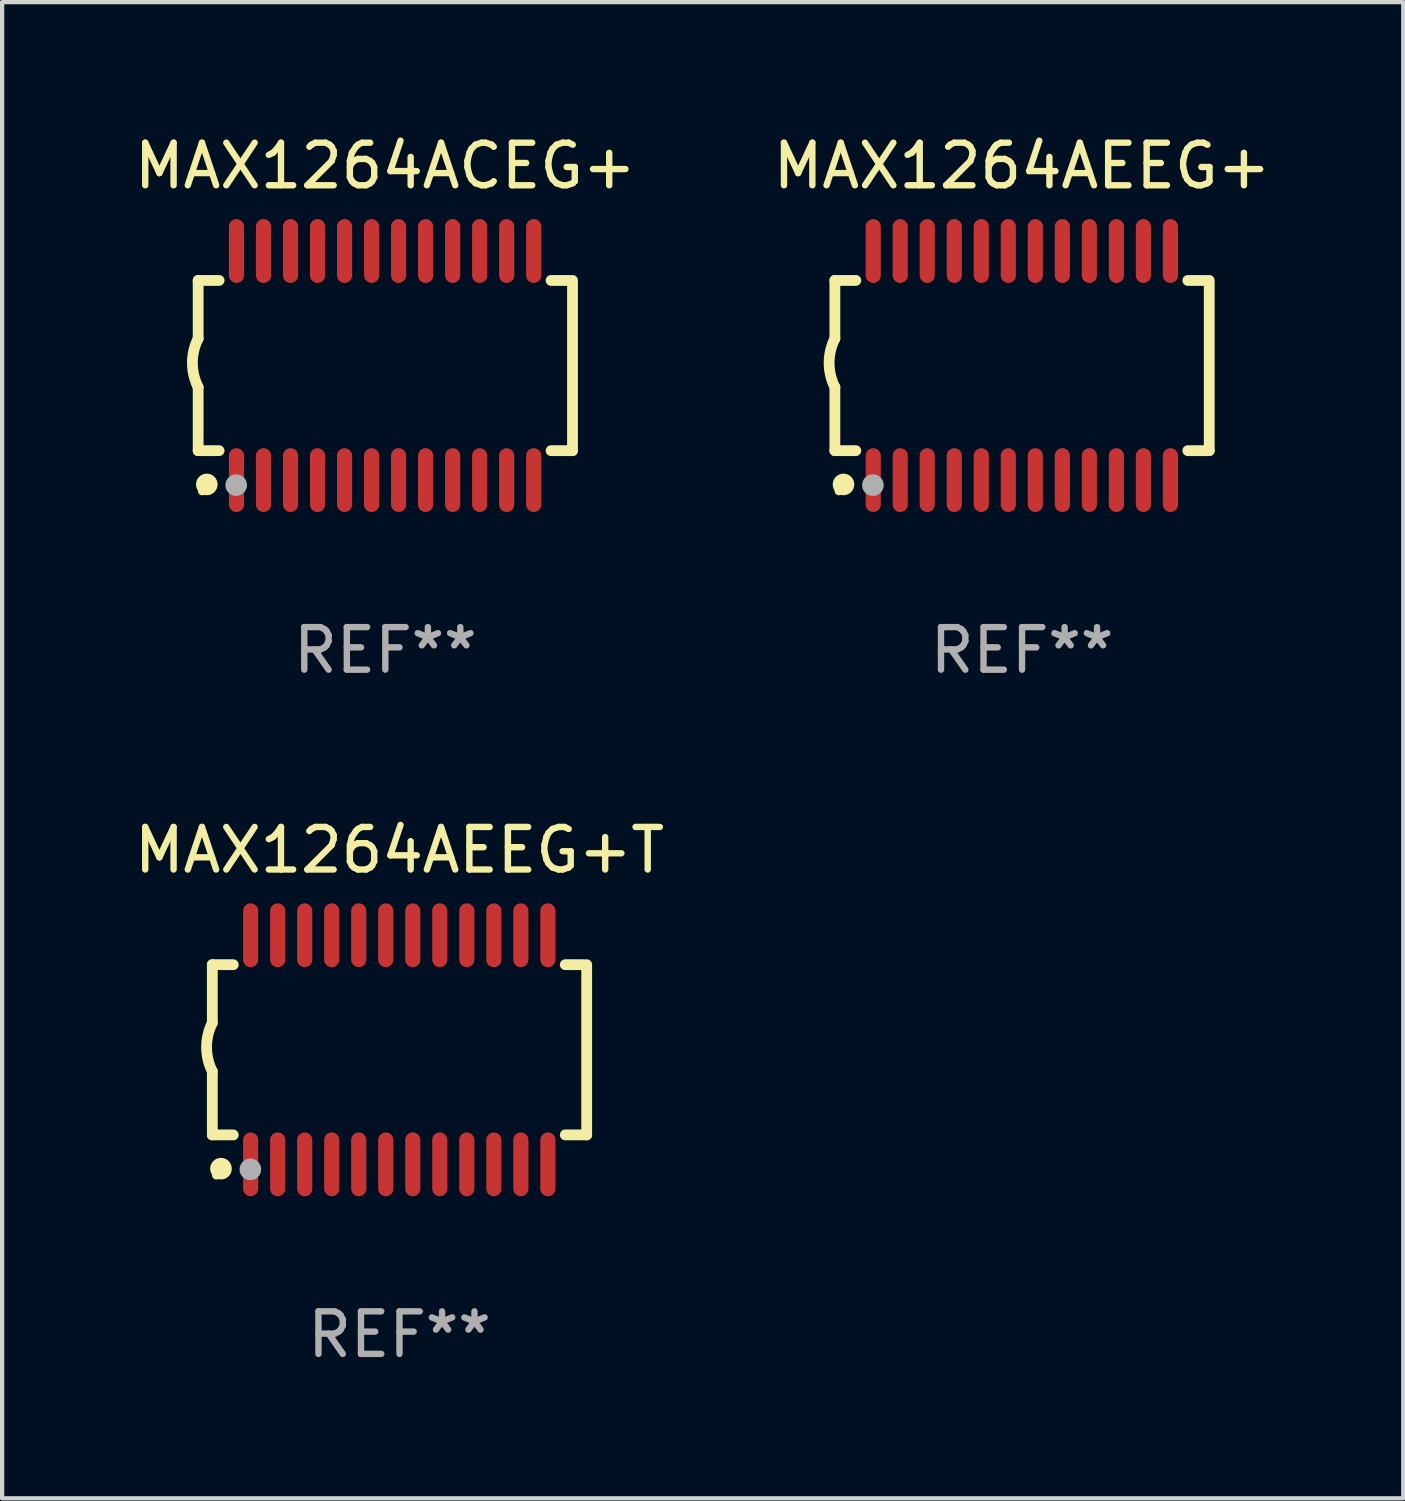
<source format=kicad_pcb>
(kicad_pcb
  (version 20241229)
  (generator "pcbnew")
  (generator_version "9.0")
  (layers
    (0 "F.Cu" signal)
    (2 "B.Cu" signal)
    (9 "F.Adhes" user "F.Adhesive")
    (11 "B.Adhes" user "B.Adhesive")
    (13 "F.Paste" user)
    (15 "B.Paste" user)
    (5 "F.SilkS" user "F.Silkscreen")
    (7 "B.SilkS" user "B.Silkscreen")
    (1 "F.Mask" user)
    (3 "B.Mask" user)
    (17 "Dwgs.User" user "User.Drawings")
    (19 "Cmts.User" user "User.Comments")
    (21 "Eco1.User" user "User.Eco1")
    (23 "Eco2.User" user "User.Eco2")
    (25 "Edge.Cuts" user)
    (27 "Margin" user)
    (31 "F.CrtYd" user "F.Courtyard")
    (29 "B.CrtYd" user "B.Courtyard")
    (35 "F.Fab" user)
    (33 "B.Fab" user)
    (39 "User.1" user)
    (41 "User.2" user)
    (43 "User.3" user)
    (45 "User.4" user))
  (footprint "MAX1264ACEG+"
    (layer "F.Cu")
    (at 6.006 5.541)
    (property "Reference" "MAX1264ACEG+" (at 0 -4.692 0) (layer "F.SilkS") (effects (font (size 1 1) (thickness 0.15))))
    (attr through_hole)
    (fp_line (start -4.399 -2) (end -4.399 -0.635) (stroke (width 0.254) (type solid)) (layer "F.SilkS"))
    (fp_line (start -4.399 -2) (end -3.907 -2) (stroke (width 0.254) (type solid)) (layer "F.SilkS"))
    (fp_line (start -4.399 2) (end -4.399 0.508) (stroke (width 0.254) (type solid)) (layer "F.SilkS"))
    (fp_line (start -4.399 2) (end -3.907 2) (stroke (width 0.254) (type solid)) (layer "F.SilkS"))
    (fp_line (start 3.896 -2) (end 4.313 -2) (stroke (width 0.254) (type solid)) (layer "F.SilkS"))
    (fp_line (start 3.896 2) (end 4.399 2) (stroke (width 0.254) (type solid)) (layer "F.SilkS"))
    (fp_line (start 4.399 2) (end 4.399 -2) (stroke (width 0.254) (type solid)) (layer "F.SilkS"))
    (fp_arc (start -4.399301 0.508001) (mid -4.534214 -0.0635) (end -4.399301 -0.635001) (stroke (width 0.254001) (type solid)) (layer "F.SilkS"))
    (fp_circle (center -4.305 2.95) (end -4.255 2.95) (stroke (width 0.1) (type solid)) (fill no) (layer "F.SilkS"))
    (fp_circle (center -4.196 2.794) (end -4.069 2.794) (stroke (width 0.254) (type solid)) (fill no) (layer "F.SilkS"))
    (fp_circle (center -3.505 2.81) (end -3.378 2.81) (stroke (width 0.254) (type solid)) (fill no) (layer "F.Fab"))
    (fp_text user "REF**" (at 0 6.692 0) (layer "F.Fab") (effects (font (size 1 1) (thickness 0.15))))
    (pad "1" smd oval (at -3.498 2.692 90) (size 1.5 0.356) (layers "F.Cu" "F.Mask" "F.Paste"))
    (pad "2" smd oval (at -2.863 2.692 90) (size 1.5 0.356) (layers "F.Cu" "F.Mask" "F.Paste"))
    (pad "3" smd oval (at -2.228 2.692 90) (size 1.5 0.356) (layers "F.Cu" "F.Mask" "F.Paste"))
    (pad "4" smd oval (at -1.593 2.692 90) (size 1.5 0.356) (layers "F.Cu" "F.Mask" "F.Paste"))
    (pad "5" smd oval (at -0.958 2.692 90) (size 1.5 0.356) (layers "F.Cu" "F.Mask" "F.Paste"))
    (pad "6" smd oval (at -0.323 2.692 90) (size 1.5 0.356) (layers "F.Cu" "F.Mask" "F.Paste"))
    (pad "7" smd oval (at 0.312 2.692 90) (size 1.5 0.356) (layers "F.Cu" "F.Mask" "F.Paste"))
    (pad "8" smd oval (at 0.947 2.692 90) (size 1.5 0.356) (layers "F.Cu" "F.Mask" "F.Paste"))
    (pad "9" smd oval (at 1.582 2.692 90) (size 1.5 0.356) (layers "F.Cu" "F.Mask" "F.Paste"))
    (pad "10" smd oval (at 2.217 2.692 90) (size 1.5 0.356) (layers "F.Cu" "F.Mask" "F.Paste"))
    (pad "11" smd oval (at 2.852 2.692 90) (size 1.5 0.356) (layers "F.Cu" "F.Mask" "F.Paste"))
    (pad "12" smd oval (at 3.487 2.692 90) (size 1.5 0.356) (layers "F.Cu" "F.Mask" "F.Paste"))
    (pad "13" smd oval (at 3.487 -2.692 90) (size 1.5 0.356) (layers "F.Cu" "F.Mask" "F.Paste"))
    (pad "14" smd oval (at 2.852 -2.692 90) (size 1.5 0.356) (layers "F.Cu" "F.Mask" "F.Paste"))
    (pad "15" smd oval (at 2.217 -2.692 90) (size 1.5 0.356) (layers "F.Cu" "F.Mask" "F.Paste"))
    (pad "16" smd oval (at 1.582 -2.692 90) (size 1.5 0.356) (layers "F.Cu" "F.Mask" "F.Paste"))
    (pad "17" smd oval (at 0.947 -2.692 90) (size 1.5 0.356) (layers "F.Cu" "F.Mask" "F.Paste"))
    (pad "18" smd oval (at 0.312 -2.692 90) (size 1.5 0.356) (layers "F.Cu" "F.Mask" "F.Paste"))
    (pad "19" smd oval (at -0.323 -2.692 90) (size 1.5 0.356) (layers "F.Cu" "F.Mask" "F.Paste"))
    (pad "20" smd oval (at -0.958 -2.692 90) (size 1.5 0.356) (layers "F.Cu" "F.Mask" "F.Paste"))
    (pad "21" smd oval (at -1.593 -2.692 90) (size 1.5 0.356) (layers "F.Cu" "F.Mask" "F.Paste"))
    (pad "22" smd oval (at -2.228 -2.692 90) (size 1.5 0.356) (layers "F.Cu" "F.Mask" "F.Paste"))
    (pad "23" smd oval (at -2.863 -2.692 90) (size 1.5 0.356) (layers "F.Cu" "F.Mask" "F.Paste"))
    (pad "24" smd oval (at -3.498 -2.692 90) (size 1.5 0.356) (layers "F.Cu" "F.Mask" "F.Paste")))
  (footprint "MAX1264AEEG+"
    (layer "F.Cu")
    (at 20.97 5.541)
    (property "Reference" "MAX1264AEEG+" (at 0 -4.692 0) (layer "F.SilkS") (effects (font (size 1 1) (thickness 0.15))))
    (attr through_hole)
    (fp_line (start -4.399 -2) (end -4.399 -0.635) (stroke (width 0.254) (type solid)) (layer "F.SilkS"))
    (fp_line (start -4.399 -2) (end -3.907 -2) (stroke (width 0.254) (type solid)) (layer "F.SilkS"))
    (fp_line (start -4.399 2) (end -4.399 0.508) (stroke (width 0.254) (type solid)) (layer "F.SilkS"))
    (fp_line (start -4.399 2) (end -3.907 2) (stroke (width 0.254) (type solid)) (layer "F.SilkS"))
    (fp_line (start 3.896 -2) (end 4.313 -2) (stroke (width 0.254) (type solid)) (layer "F.SilkS"))
    (fp_line (start 3.896 2) (end 4.399 2) (stroke (width 0.254) (type solid)) (layer "F.SilkS"))
    (fp_line (start 4.399 2) (end 4.399 -2) (stroke (width 0.254) (type solid)) (layer "F.SilkS"))
    (fp_arc (start -4.399301 0.508001) (mid -4.534214 -0.0635) (end -4.399301 -0.635001) (stroke (width 0.254001) (type solid)) (layer "F.SilkS"))
    (fp_circle (center -4.305 2.95) (end -4.255 2.95) (stroke (width 0.1) (type solid)) (fill no) (layer "F.SilkS"))
    (fp_circle (center -4.196 2.794) (end -4.069 2.794) (stroke (width 0.254) (type solid)) (fill no) (layer "F.SilkS"))
    (fp_circle (center -3.505 2.81) (end -3.378 2.81) (stroke (width 0.254) (type solid)) (fill no) (layer "F.Fab"))
    (fp_text user "REF**" (at 0 6.692 0) (layer "F.Fab") (effects (font (size 1 1) (thickness 0.15))))
    (pad "1" smd oval (at -3.498 2.692 90) (size 1.5 0.356) (layers "F.Cu" "F.Mask" "F.Paste"))
    (pad "2" smd oval (at -2.863 2.692 90) (size 1.5 0.356) (layers "F.Cu" "F.Mask" "F.Paste"))
    (pad "3" smd oval (at -2.228 2.692 90) (size 1.5 0.356) (layers "F.Cu" "F.Mask" "F.Paste"))
    (pad "4" smd oval (at -1.593 2.692 90) (size 1.5 0.356) (layers "F.Cu" "F.Mask" "F.Paste"))
    (pad "5" smd oval (at -0.958 2.692 90) (size 1.5 0.356) (layers "F.Cu" "F.Mask" "F.Paste"))
    (pad "6" smd oval (at -0.323 2.692 90) (size 1.5 0.356) (layers "F.Cu" "F.Mask" "F.Paste"))
    (pad "7" smd oval (at 0.312 2.692 90) (size 1.5 0.356) (layers "F.Cu" "F.Mask" "F.Paste"))
    (pad "8" smd oval (at 0.947 2.692 90) (size 1.5 0.356) (layers "F.Cu" "F.Mask" "F.Paste"))
    (pad "9" smd oval (at 1.582 2.692 90) (size 1.5 0.356) (layers "F.Cu" "F.Mask" "F.Paste"))
    (pad "10" smd oval (at 2.217 2.692 90) (size 1.5 0.356) (layers "F.Cu" "F.Mask" "F.Paste"))
    (pad "11" smd oval (at 2.852 2.692 90) (size 1.5 0.356) (layers "F.Cu" "F.Mask" "F.Paste"))
    (pad "12" smd oval (at 3.487 2.692 90) (size 1.5 0.356) (layers "F.Cu" "F.Mask" "F.Paste"))
    (pad "13" smd oval (at 3.487 -2.692 90) (size 1.5 0.356) (layers "F.Cu" "F.Mask" "F.Paste"))
    (pad "14" smd oval (at 2.852 -2.692 90) (size 1.5 0.356) (layers "F.Cu" "F.Mask" "F.Paste"))
    (pad "15" smd oval (at 2.217 -2.692 90) (size 1.5 0.356) (layers "F.Cu" "F.Mask" "F.Paste"))
    (pad "16" smd oval (at 1.582 -2.692 90) (size 1.5 0.356) (layers "F.Cu" "F.Mask" "F.Paste"))
    (pad "17" smd oval (at 0.947 -2.692 90) (size 1.5 0.356) (layers "F.Cu" "F.Mask" "F.Paste"))
    (pad "18" smd oval (at 0.312 -2.692 90) (size 1.5 0.356) (layers "F.Cu" "F.Mask" "F.Paste"))
    (pad "19" smd oval (at -0.323 -2.692 90) (size 1.5 0.356) (layers "F.Cu" "F.Mask" "F.Paste"))
    (pad "20" smd oval (at -0.958 -2.692 90) (size 1.5 0.356) (layers "F.Cu" "F.Mask" "F.Paste"))
    (pad "21" smd oval (at -1.593 -2.692 90) (size 1.5 0.356) (layers "F.Cu" "F.Mask" "F.Paste"))
    (pad "22" smd oval (at -2.228 -2.692 90) (size 1.5 0.356) (layers "F.Cu" "F.Mask" "F.Paste"))
    (pad "23" smd oval (at -2.863 -2.692 90) (size 1.5 0.356) (layers "F.Cu" "F.Mask" "F.Paste"))
    (pad "24" smd oval (at -3.498 -2.692 90) (size 1.5 0.356) (layers "F.Cu" "F.Mask" "F.Paste")))
  (footprint "MAX1264AEEG+T"
    (layer "F.Cu")
    (at 6.339 21.622)
    (property "Reference" "MAX1264AEEG+T" (at 0 -4.692 0) (layer "F.SilkS") (effects (font (size 1 1) (thickness 0.15))))
    (attr through_hole)
    (fp_line (start -4.399 -2) (end -4.399 -0.635) (stroke (width 0.254) (type solid)) (layer "F.SilkS"))
    (fp_line (start -4.399 -2) (end -3.907 -2) (stroke (width 0.254) (type solid)) (layer "F.SilkS"))
    (fp_line (start -4.399 2) (end -4.399 0.508) (stroke (width 0.254) (type solid)) (layer "F.SilkS"))
    (fp_line (start -4.399 2) (end -3.907 2) (stroke (width 0.254) (type solid)) (layer "F.SilkS"))
    (fp_line (start 3.896 -2) (end 4.313 -2) (stroke (width 0.254) (type solid)) (layer "F.SilkS"))
    (fp_line (start 3.896 2) (end 4.399 2) (stroke (width 0.254) (type solid)) (layer "F.SilkS"))
    (fp_line (start 4.399 2) (end 4.399 -2) (stroke (width 0.254) (type solid)) (layer "F.SilkS"))
    (fp_arc (start -4.399301 0.508001) (mid -4.534214 -0.0635) (end -4.399301 -0.635001) (stroke (width 0.254001) (type solid)) (layer "F.SilkS"))
    (fp_circle (center -4.305 2.95) (end -4.255 2.95) (stroke (width 0.1) (type solid)) (fill no) (layer "F.SilkS"))
    (fp_circle (center -4.196 2.794) (end -4.069 2.794) (stroke (width 0.254) (type solid)) (fill no) (layer "F.SilkS"))
    (fp_circle (center -3.505 2.81) (end -3.378 2.81) (stroke (width 0.254) (type solid)) (fill no) (layer "F.Fab"))
    (fp_text user "REF**" (at 0 6.692 0) (layer "F.Fab") (effects (font (size 1 1) (thickness 0.15))))
    (pad "1" smd oval (at -3.498 2.692 90) (size 1.5 0.356) (layers "F.Cu" "F.Mask" "F.Paste"))
    (pad "2" smd oval (at -2.863 2.692 90) (size 1.5 0.356) (layers "F.Cu" "F.Mask" "F.Paste"))
    (pad "3" smd oval (at -2.228 2.692 90) (size 1.5 0.356) (layers "F.Cu" "F.Mask" "F.Paste"))
    (pad "4" smd oval (at -1.593 2.692 90) (size 1.5 0.356) (layers "F.Cu" "F.Mask" "F.Paste"))
    (pad "5" smd oval (at -0.958 2.692 90) (size 1.5 0.356) (layers "F.Cu" "F.Mask" "F.Paste"))
    (pad "6" smd oval (at -0.323 2.692 90) (size 1.5 0.356) (layers "F.Cu" "F.Mask" "F.Paste"))
    (pad "7" smd oval (at 0.312 2.692 90) (size 1.5 0.356) (layers "F.Cu" "F.Mask" "F.Paste"))
    (pad "8" smd oval (at 0.947 2.692 90) (size 1.5 0.356) (layers "F.Cu" "F.Mask" "F.Paste"))
    (pad "9" smd oval (at 1.582 2.692 90) (size 1.5 0.356) (layers "F.Cu" "F.Mask" "F.Paste"))
    (pad "10" smd oval (at 2.217 2.692 90) (size 1.5 0.356) (layers "F.Cu" "F.Mask" "F.Paste"))
    (pad "11" smd oval (at 2.852 2.692 90) (size 1.5 0.356) (layers "F.Cu" "F.Mask" "F.Paste"))
    (pad "12" smd oval (at 3.487 2.692 90) (size 1.5 0.356) (layers "F.Cu" "F.Mask" "F.Paste"))
    (pad "13" smd oval (at 3.487 -2.692 90) (size 1.5 0.356) (layers "F.Cu" "F.Mask" "F.Paste"))
    (pad "14" smd oval (at 2.852 -2.692 90) (size 1.5 0.356) (layers "F.Cu" "F.Mask" "F.Paste"))
    (pad "15" smd oval (at 2.217 -2.692 90) (size 1.5 0.356) (layers "F.Cu" "F.Mask" "F.Paste"))
    (pad "16" smd oval (at 1.582 -2.692 90) (size 1.5 0.356) (layers "F.Cu" "F.Mask" "F.Paste"))
    (pad "17" smd oval (at 0.947 -2.692 90) (size 1.5 0.356) (layers "F.Cu" "F.Mask" "F.Paste"))
    (pad "18" smd oval (at 0.312 -2.692 90) (size 1.5 0.356) (layers "F.Cu" "F.Mask" "F.Paste"))
    (pad "19" smd oval (at -0.323 -2.692 90) (size 1.5 0.356) (layers "F.Cu" "F.Mask" "F.Paste"))
    (pad "20" smd oval (at -0.958 -2.692 90) (size 1.5 0.356) (layers "F.Cu" "F.Mask" "F.Paste"))
    (pad "21" smd oval (at -1.593 -2.692 90) (size 1.5 0.356) (layers "F.Cu" "F.Mask" "F.Paste"))
    (pad "22" smd oval (at -2.228 -2.692 90) (size 1.5 0.356) (layers "F.Cu" "F.Mask" "F.Paste"))
    (pad "23" smd oval (at -2.863 -2.692 90) (size 1.5 0.356) (layers "F.Cu" "F.Mask" "F.Paste"))
    (pad "24" smd oval (at -3.498 -2.692 90) (size 1.5 0.356) (layers "F.Cu" "F.Mask" "F.Paste")))
  (gr_rect
    (start -3 -3)
    (end 29.929 32.163)
    (stroke (width 0.1) (type default))
    (fill no)
    (layer "Edge.Cuts")))
</source>
